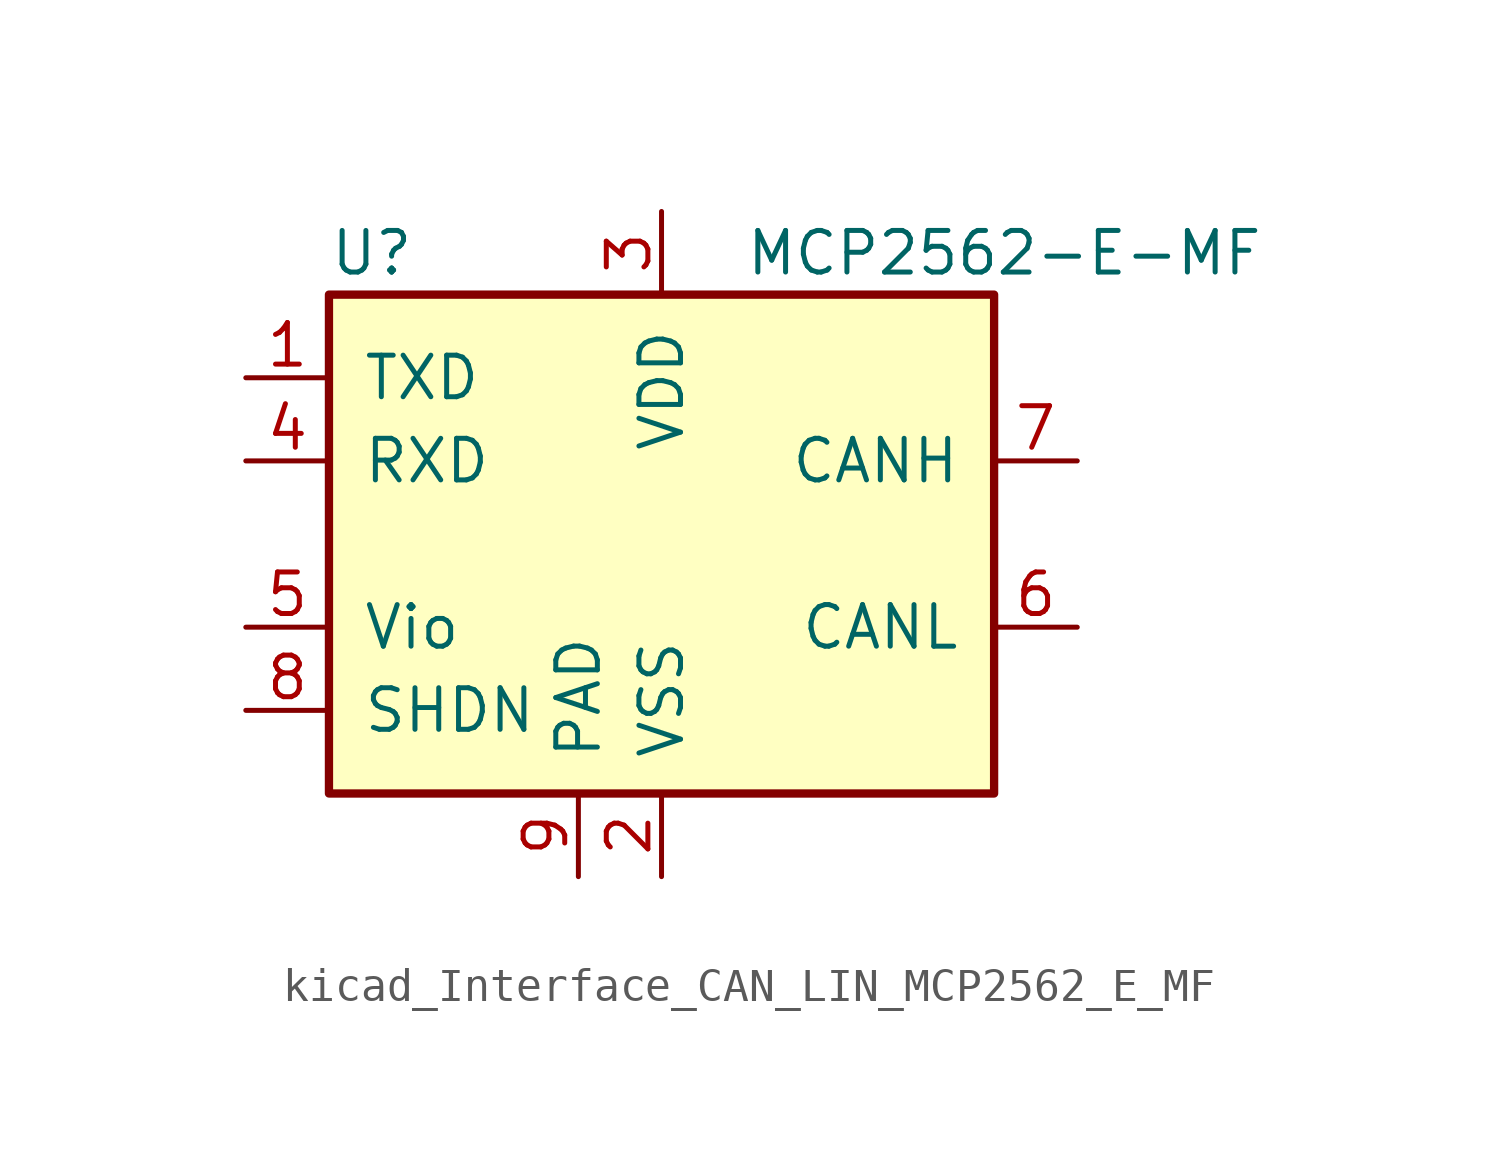
<source format=kicad_sym>
(kicad_symbol_lib
  (version 20220914)
  (generator kicad_symbol_editor)
  (symbol "kicad_Interface_CAN_LIN_MCP2562_E_MF"
    (pin_names
      (offset 1.016))
    (property "Reference" "U"
      (at -10.16 8.89 0)
      (effects (font (size 1.27 1.27)) (justify left)))
    (property "Value" "MCP2562-E-MF"
      (at 2.54 8.89 0)
      (effects (font (size 1.27 1.27)) (justify left)))
    (symbol "kicad_Interface_CAN_LIN_MCP2562_E_MF_0_1"
      (rectangle (start -10.16 7.62) (end 10.16 -7.62) (stroke (width 0.254) (type default)) (fill (type background))))
    (symbol "kicad_Interface_CAN_LIN_MCP2562_E_MF_1_1"
      (pin input line (at -12.7 5.08 0) (length 2.54) (name "TXD" (effects (font (size 1.27 1.27)))) (number "1" (effects (font (size 1.27 1.27)))))
      (pin power_in line (at 0 -10.16 90) (length 2.54) (name "VSS" (effects (font (size 1.27 1.27)))) (number "2" (effects (font (size 1.27 1.27)))))
      (pin power_in line (at 0 10.16 270) (length 2.54) (name "VDD" (effects (font (size 1.27 1.27)))) (number "3" (effects (font (size 1.27 1.27)))))
      (pin output line (at -12.7 2.54 0) (length 2.54) (name "RXD" (effects (font (size 1.27 1.27)))) (number "4" (effects (font (size 1.27 1.27)))))
      (pin power_in line (at -12.7 -2.54 0) (length 2.54) (name "Vio" (effects (font (size 1.27 1.27)))) (number "5" (effects (font (size 1.27 1.27)))))
      (pin bidirectional line (at 12.7 -2.54 180) (length 2.54) (name "CANL" (effects (font (size 1.27 1.27)))) (number "6" (effects (font (size 1.27 1.27)))))
      (pin bidirectional line (at 12.7 2.54 180) (length 2.54) (name "CANH" (effects (font (size 1.27 1.27)))) (number "7" (effects (font (size 1.27 1.27)))))
      (pin input line (at -12.7 -5.08 0) (length 2.54) (name "SHDN" (effects (font (size 1.27 1.27)))) (number "8" (effects (font (size 1.27 1.27)))))
      (pin power_in line (at -2.54 -10.16 90) (length 2.54) (name "PAD" (effects (font (size 1.27 1.27)))) (number "9" (effects (font (size 1.27 1.27))))))))
</source>
